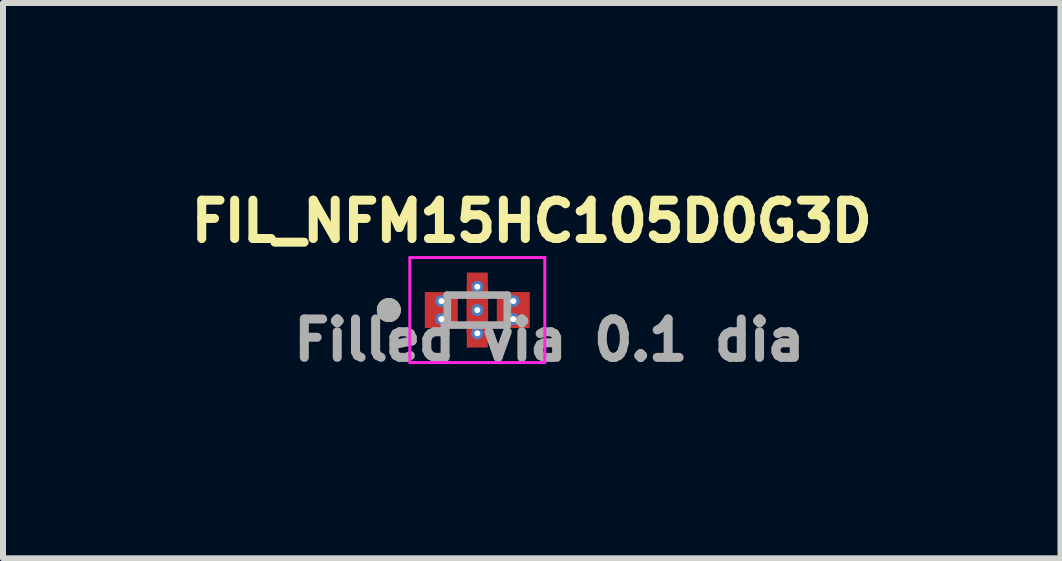
<source format=kicad_pcb>
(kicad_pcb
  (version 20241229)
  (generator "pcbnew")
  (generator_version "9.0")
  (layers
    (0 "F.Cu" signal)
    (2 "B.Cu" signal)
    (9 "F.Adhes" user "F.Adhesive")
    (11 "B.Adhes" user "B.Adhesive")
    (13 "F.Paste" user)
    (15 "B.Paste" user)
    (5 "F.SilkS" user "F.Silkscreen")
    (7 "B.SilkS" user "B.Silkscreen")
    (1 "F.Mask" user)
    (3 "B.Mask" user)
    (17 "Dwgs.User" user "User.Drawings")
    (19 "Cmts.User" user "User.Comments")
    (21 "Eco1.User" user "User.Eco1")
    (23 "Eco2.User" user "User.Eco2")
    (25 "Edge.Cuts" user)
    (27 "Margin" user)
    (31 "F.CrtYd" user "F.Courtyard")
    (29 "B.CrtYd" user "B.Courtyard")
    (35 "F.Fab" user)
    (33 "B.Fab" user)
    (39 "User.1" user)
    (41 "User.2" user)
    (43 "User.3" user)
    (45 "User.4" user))
  (footprint "FIL_NFM15HC105D0G3D"
    (layer "F.Cu")
    (at 4.907 2.119)
    (property "Reference" "FIL_NFM15HC105D0G3D" (at 0.907 -1.481 0) (layer "F.SilkS") (effects (font (size 0.64 0.64) (thickness 0.15))))
    (attr through_hole)
    (fp_poly (pts (xy -0.875 -0.3) (xy -0.325 -0.3) (xy -0.325 0.3) (xy -0.875 0.3)) (stroke (width 0.01) (type solid)) (fill yes) (layer "F.Mask"))
    (fp_poly (pts (xy -0.175 -0.625) (xy 0.175 -0.625) (xy 0.175 -0.15) (xy -0.175 -0.15)) (stroke (width 0.01) (type solid)) (fill yes) (layer "F.Mask"))
    (fp_poly (pts (xy -0.175 0.15) (xy 0.175 0.15) (xy 0.175 0.625) (xy -0.175 0.625)) (stroke (width 0.01) (type solid)) (fill yes) (layer "F.Mask"))
    (fp_poly (pts (xy 0.325 -0.3) (xy 0.875 -0.3) (xy 0.875 0.3) (xy 0.325 0.3)) (stroke (width 0.01) (type solid)) (fill yes) (layer "F.Mask"))
    (fp_circle (center -1.475 0) (end -1.375 0) (stroke (width 0.2) (type solid)) (fill no) (layer "F.SilkS"))
    (fp_line (start -1.125 -0.875) (end -1.125 0.875) (stroke (width 0.05) (type solid)) (layer "F.CrtYd"))
    (fp_line (start -1.125 0.875) (end 1.125 0.875) (stroke (width 0.05) (type solid)) (layer "F.CrtYd"))
    (fp_line (start 1.125 -0.875) (end -1.125 -0.875) (stroke (width 0.05) (type solid)) (layer "F.CrtYd"))
    (fp_line (start 1.125 0.875) (end 1.125 -0.875) (stroke (width 0.05) (type solid)) (layer "F.CrtYd"))
    (fp_line (start -0.5 -0.25) (end -0.5 0.25) (stroke (width 0.127) (type solid)) (layer "F.Fab"))
    (fp_line (start -0.5 0.25) (end 0.5 0.25) (stroke (width 0.127) (type solid)) (layer "F.Fab"))
    (fp_line (start 0.5 -0.25) (end -0.5 -0.25) (stroke (width 0.127) (type solid)) (layer "F.Fab"))
    (fp_line (start 0.5 0.25) (end 0.5 -0.25) (stroke (width 0.127) (type solid)) (layer "F.Fab"))
    (fp_circle (center -1.475 0) (end -1.375 0) (stroke (width 0.2) (type solid)) (fill no) (layer "F.Fab"))
    (fp_text user "Filled via 0.1 dia" (at 1.2 0.5 0) (layer "F.Fab") (effects (font (size 0.64 0.64) (thickness 0.15))))
    (pad "1" smd rect (at -0.6 0) (size 0.55 0.6) (layers "F.Cu" "F.Paste"))
    (pad "1_1" thru_hole circle (at -0.6 -0.15) (size 0.2 0.2) (drill 0.1) (layers "*.Cu"))
    (pad "1_2" thru_hole circle (at -0.6 0.15) (size 0.2 0.2) (drill 0.1) (layers "*.Cu"))
    (pad "2" smd custom (at 0 -0.388) (size 0.35 0.475) (layers "F.Cu" "F.Paste") (options (anchor rect)) (primitives (gr_poly (pts (xy -0.175 0) (xy 0.175 0) (xy 0.175 0.775) (xy -0.175 0.775)) (width 0.01) (fill yes))))
    (pad "2_1" smd rect (at 0 0.388) (size 0.35 0.475) (layers "F.Cu" "F.Paste"))
    (pad "2_2" thru_hole circle (at 0 -0.388) (size 0.2 0.2) (drill 0.1) (layers "*.Cu"))
    (pad "2_3" thru_hole circle (at 0 0) (size 0.2 0.2) (drill 0.1) (layers "*.Cu"))
    (pad "2_4" thru_hole circle (at 0 0.388) (size 0.2 0.2) (drill 0.1) (layers "*.Cu"))
    (pad "3" smd rect (at 0.6 0) (size 0.55 0.6) (layers "F.Cu" "F.Paste"))
    (pad "3_1" thru_hole circle (at 0.6 -0.15) (size 0.2 0.2) (drill 0.1) (layers "*.Cu"))
    (pad "3_2" thru_hole circle (at 0.6 0.15) (size 0.2 0.2) (drill 0.1) (layers "*.Cu")))
  (gr_rect
    (start -3 -3)
    (end 14.629 6.257)
    (stroke (width 0.1) (type default))
    (fill no)
    (layer "Edge.Cuts")))
</source>
